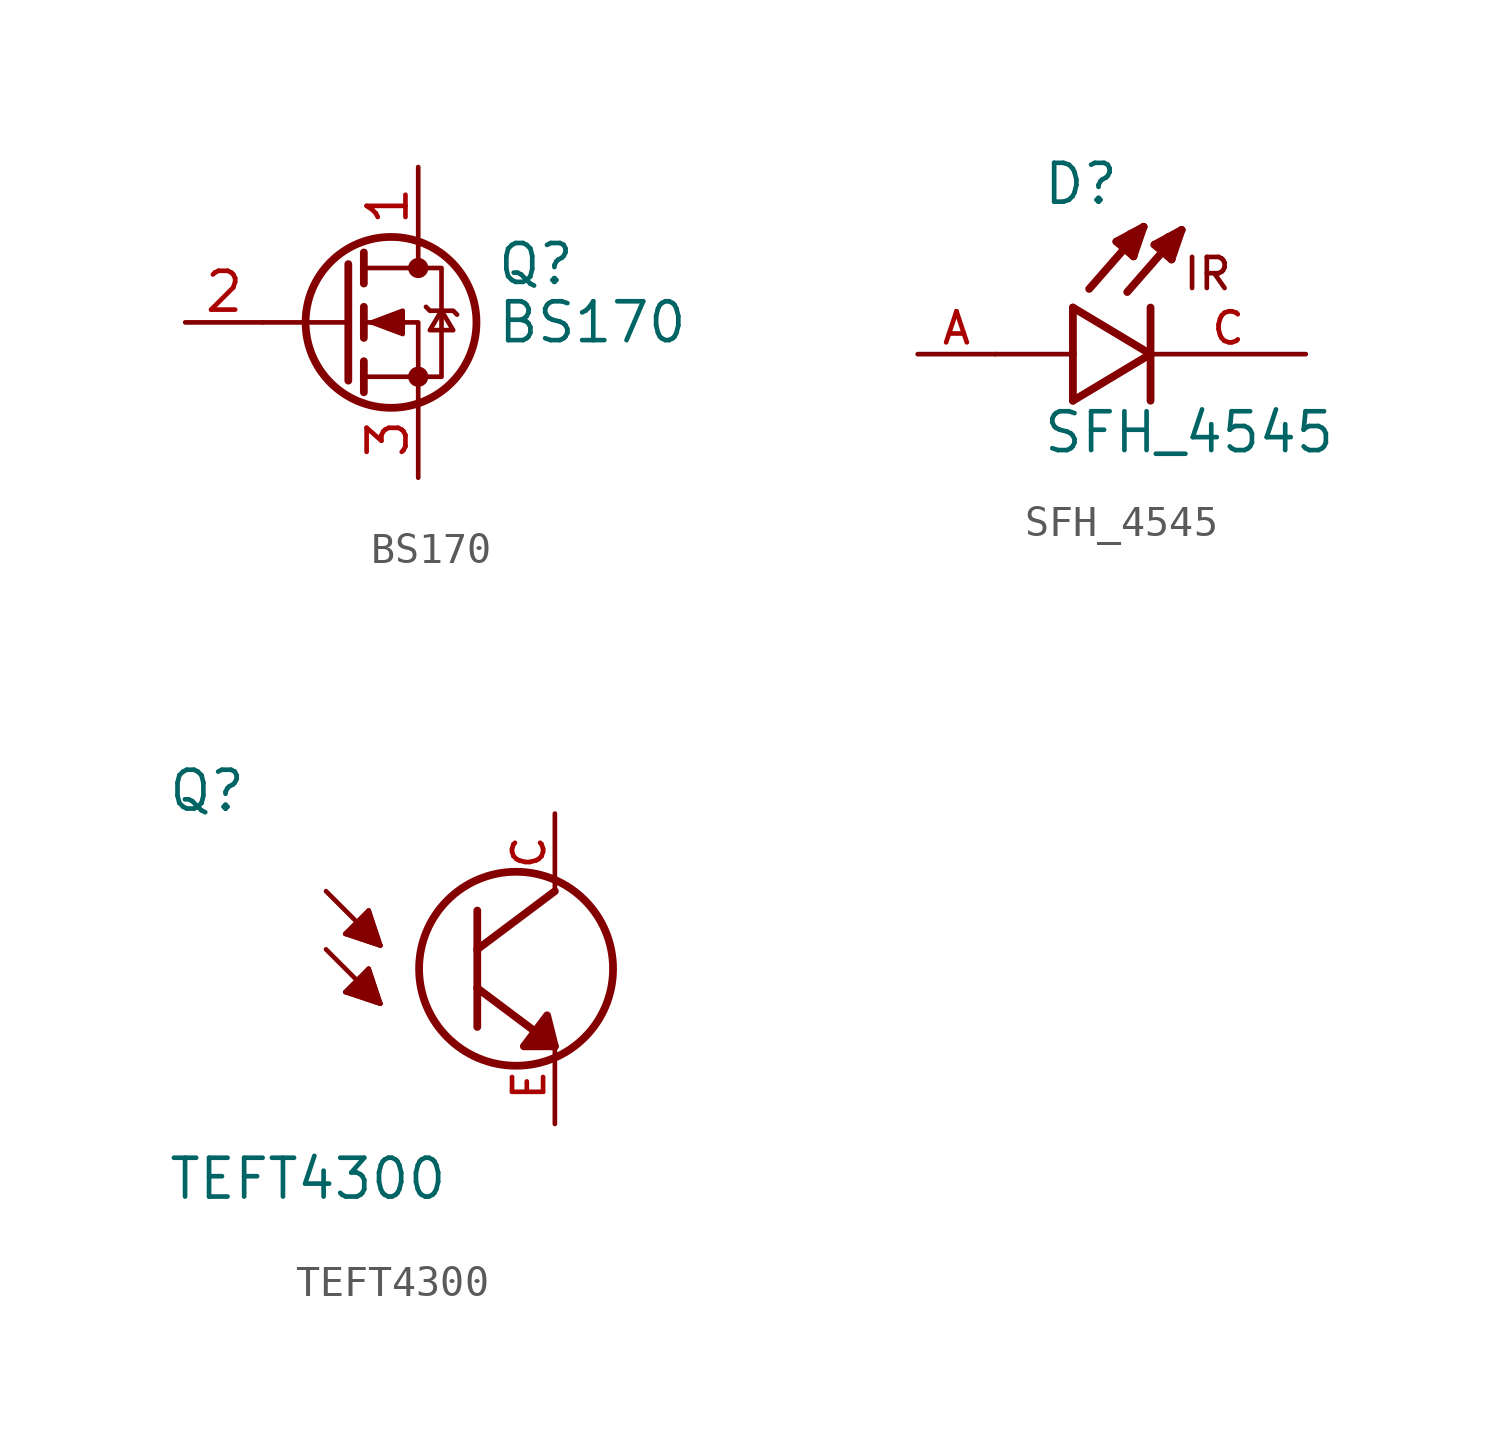
<source format=kicad_sym>
(kicad_symbol_lib
  (version 20241209)
  (generator "kicad_symbol_editor")
  (generator_version "9.0")
  (symbol "BS170"
    (pin_names
      (hide yes))
    (property "Reference" "Q"
      (at 5.08 1.905 0)
      (effects (font (size 1.27 1.27)) (justify left)))
    (property "Value" "BS170"
      (at 5.08 0 0)
      (effects (font (size 1.27 1.27)) (justify left)))
    (symbol "BS170_0_1"
      (polyline (pts (xy 0.254 1.905) (xy 0.254 -1.905)) (stroke (width 0.254) (type default)) (fill (type none)))
      (polyline (pts (xy 0.254 0) (xy -2.54 0)) (stroke (width 0) (type default)) (fill (type none)))
      (polyline (pts (xy 0.762 2.286) (xy 0.762 1.27)) (stroke (width 0.254) (type default)) (fill (type none)))
      (polyline (pts (xy 0.762 0.508) (xy 0.762 -0.508)) (stroke (width 0.254) (type default)) (fill (type none)))
      (polyline (pts (xy 0.762 -1.27) (xy 0.762 -2.286)) (stroke (width 0.254) (type default)) (fill (type none)))
      (polyline (pts (xy 0.762 -1.778) (xy 3.302 -1.778) (xy 3.302 1.778) (xy 0.762 1.778)) (stroke (width 0) (type default)) (fill (type none)))
      (polyline (pts (xy 1.016 0) (xy 2.032 0.381) (xy 2.032 -0.381) (xy 1.016 0)) (stroke (width 0) (type default)) (fill (type outline)))
      (circle (center 1.651 0) (radius 2.794) (stroke (width 0.254) (type default)) (fill (type none)))
      (polyline (pts (xy 2.54 2.54) (xy 2.54 1.778)) (stroke (width 0) (type default)) (fill (type none)))
      (circle (center 2.54 1.778) (radius 0.254) (stroke (width 0) (type default)) (fill (type outline)))
      (circle (center 2.54 -1.778) (radius 0.254) (stroke (width 0) (type default)) (fill (type outline)))
      (polyline (pts (xy 2.54 -2.54) (xy 2.54 0) (xy 0.762 0)) (stroke (width 0) (type default)) (fill (type none)))
      (polyline (pts (xy 2.794 0.508) (xy 2.921 0.381) (xy 3.683 0.381) (xy 3.81 0.254)) (stroke (width 0) (type default)) (fill (type none)))
      (polyline (pts (xy 3.302 0.381) (xy 2.921 -0.254) (xy 3.683 -0.254) (xy 3.302 0.381)) (stroke (width 0) (type default)) (fill (type none))))
    (symbol "BS170_1_1"
      (pin input line (at -5.08 0 0) (length 2.54) (name "G" (effects (font (size 1.27 1.27)))) (number "2" (effects (font (size 1.27 1.27)))))
      (pin passive line (at 2.54 5.08 270) (length 2.54) (name "D" (effects (font (size 1.27 1.27)))) (number "1" (effects (font (size 1.27 1.27)))))
      (pin passive line (at 2.54 -5.08 90) (length 2.54) (name "S" (effects (font (size 1.27 1.27)))) (number "3" (effects (font (size 1.27 1.27)))))))
  (symbol "SFH_4545"
    (pin_names
      (offset 1.016))
    (property "Reference" "D"
      (at -3.556 4.826 0)
      (effects (font (size 1.27 1.27)) (justify left bottom)))
    (property "Value" "SFH_4545"
      (at -3.556 -3.302 0)
      (effects (font (size 1.27 1.27)) (justify left bottom)))
    (symbol "SFH_4545_0_0"
      (polyline (pts (xy -2.54 1.524) (xy -2.54 0)) (stroke (width 0.254) (type default)) (fill (type none)))
      (polyline (pts (xy -2.54 0) (xy -5.08 0)) (stroke (width 0.152) (type default)) (fill (type none)))
      (polyline (pts (xy -2.54 0) (xy -2.54 -1.524)) (stroke (width 0.254) (type default)) (fill (type none)))
      (polyline (pts (xy -2.54 -1.524) (xy 0 0)) (stroke (width 0.254) (type default)) (fill (type none)))
      (polyline (pts (xy -1.118 3.683) (xy -0.229 4.166)) (stroke (width 0.254) (type default)) (fill (type none)))
      (polyline (pts (xy -0.94 3.607) (xy -0.711 3.759)) (stroke (width 0.254) (type default)) (fill (type none)))
      (polyline (pts (xy -0.559 3.2) (xy -1.118 3.683)) (stroke (width 0.254) (type default)) (fill (type none)))
      (polyline (pts (xy -0.559 3.2) (xy -0.533 3.937)) (stroke (width 0.254) (type default)) (fill (type none)))
      (polyline (pts (xy -0.533 3.937) (xy -0.66 3.937)) (stroke (width 0.254) (type default)) (fill (type none)))
      (polyline (pts (xy -0.229 4.166) (xy -2.007 2.134)) (stroke (width 0.254) (type default)) (fill (type none)))
      (polyline (pts (xy -0.229 4.166) (xy -0.559 3.2)) (stroke (width 0.254) (type default)) (fill (type none)))
      (polyline (pts (xy 0 1.524) (xy 0 -1.524)) (stroke (width 0.254) (type default)) (fill (type none)))
      (polyline (pts (xy 0 0) (xy -2.54 1.524)) (stroke (width 0.254) (type default)) (fill (type none)))
      (polyline (pts (xy 0.127 3.581) (xy 1.016 4.064)) (stroke (width 0.254) (type default)) (fill (type none)))
      (polyline (pts (xy 0.305 3.505) (xy 0.533 3.658)) (stroke (width 0.254) (type default)) (fill (type none)))
      (polyline (pts (xy 0.686 3.099) (xy 0.127 3.581)) (stroke (width 0.254) (type default)) (fill (type none)))
      (polyline (pts (xy 0.686 3.099) (xy 0.711 3.835)) (stroke (width 0.254) (type default)) (fill (type none)))
      (polyline (pts (xy 0.711 3.835) (xy 0.584 3.835)) (stroke (width 0.254) (type default)) (fill (type none)))
      (polyline (pts (xy 1.016 4.064) (xy -0.762 2.032)) (stroke (width 0.254) (type default)) (fill (type none)))
      (polyline (pts (xy 1.016 4.064) (xy 0.686 3.099)) (stroke (width 0.254) (type default)) (fill (type none)))
      (text "IR" (at 1.016 2.032 0) (effects (font (size 1.016 1.016)) (justify left bottom)))
      (pin passive line (at -7.62 0 0) (length 2.54) (name "~" (effects (font (size 1.016 1.016)))) (number "A" (effects (font (size 1.016 1.016)))))
      (pin passive line (at 5.08 0 180) (length 5.08) (name "~" (effects (font (size 1.016 1.016)))) (number "C" (effects (font (size 1.016 1.016)))))))
  (symbol "TEFT4300"
    (pin_names
      (offset 1.016))
    (property "Reference" "Q"
      (at -10.156 5.082 0)
      (effects (font (size 1.27 1.27)) (justify left bottom)))
    (property "Value" "TEFT4300"
      (at -10.151 -7.62 0)
      (effects (font (size 1.27 1.27)) (justify left bottom)))
    (symbol "TEFT4300_0_0"
      (polyline (pts (xy -4.953 2.54) (xy -3.175 0.762)) (stroke (width 0.152) (type default)) (fill (type none)))
      (polyline (pts (xy -4.953 0.635) (xy -3.175 -1.143)) (stroke (width 0.152) (type default)) (fill (type none)))
      (polyline (pts (xy -4.318 1.143) (xy -3.556 1.905)) (stroke (width 0.152) (type default)) (fill (type none)))
      (polyline (pts (xy -4.318 1.143) (xy -3.175 0.762) (xy -3.556 1.905) (xy -4.318 1.143)) (stroke (width 0.152) (type default)) (fill (type outline)))
      (polyline (pts (xy -4.318 -0.762) (xy -3.556 0)) (stroke (width 0.152) (type default)) (fill (type none)))
      (polyline (pts (xy -4.318 -0.762) (xy -3.175 -1.143) (xy -3.556 0) (xy -4.318 -0.762)) (stroke (width 0.152) (type default)) (fill (type outline)))
      (polyline (pts (xy -3.556 1.905) (xy -3.175 0.762)) (stroke (width 0.152) (type default)) (fill (type none)))
      (polyline (pts (xy -3.556 0) (xy -3.175 -1.143)) (stroke (width 0.152) (type default)) (fill (type none)))
      (polyline (pts (xy -3.175 0.762) (xy -4.318 1.143)) (stroke (width 0.152) (type default)) (fill (type none)))
      (polyline (pts (xy -3.175 -1.143) (xy -4.318 -0.762)) (stroke (width 0.152) (type default)) (fill (type none)))
      (polyline (pts (xy 0 1.905) (xy 0 0.635)) (stroke (width 0.254) (type default)) (fill (type none)))
      (polyline (pts (xy 0 0.635) (xy 0 -0.635)) (stroke (width 0.254) (type default)) (fill (type none)))
      (polyline (pts (xy 0 0.635) (xy 2.54 2.54)) (stroke (width 0.254) (type default)) (fill (type none)))
      (polyline (pts (xy 0 -0.635) (xy 0 -1.905)) (stroke (width 0.254) (type default)) (fill (type none)))
      (polyline (pts (xy 0 -0.635) (xy 2.54 -2.54)) (stroke (width 0.254) (type default)) (fill (type none)))
      (circle (center 1.27 0) (radius 3.175) (stroke (width 0.254) (type default)) (fill (type none)))
      (polyline (pts (xy 2.286 -2.286) (xy 2.54 -2.54)) (stroke (width 0.152) (type default)) (fill (type none)))
      (polyline (pts (xy 2.54 -2.54) (xy 2.286 -1.524) (xy 1.524 -2.54) (xy 2.54 -2.54)) (stroke (width 0.254) (type default)) (fill (type outline)))
      (pin passive line (at 2.54 5.08 270) (length 2.54) (name "~" (effects (font (size 1.016 1.016)))) (number "C" (effects (font (size 1.016 1.016)))))
      (pin passive line (at 2.54 -5.08 90) (length 2.54) (name "~" (effects (font (size 1.016 1.016)))) (number "E" (effects (font (size 1.016 1.016))))))))
</source>
